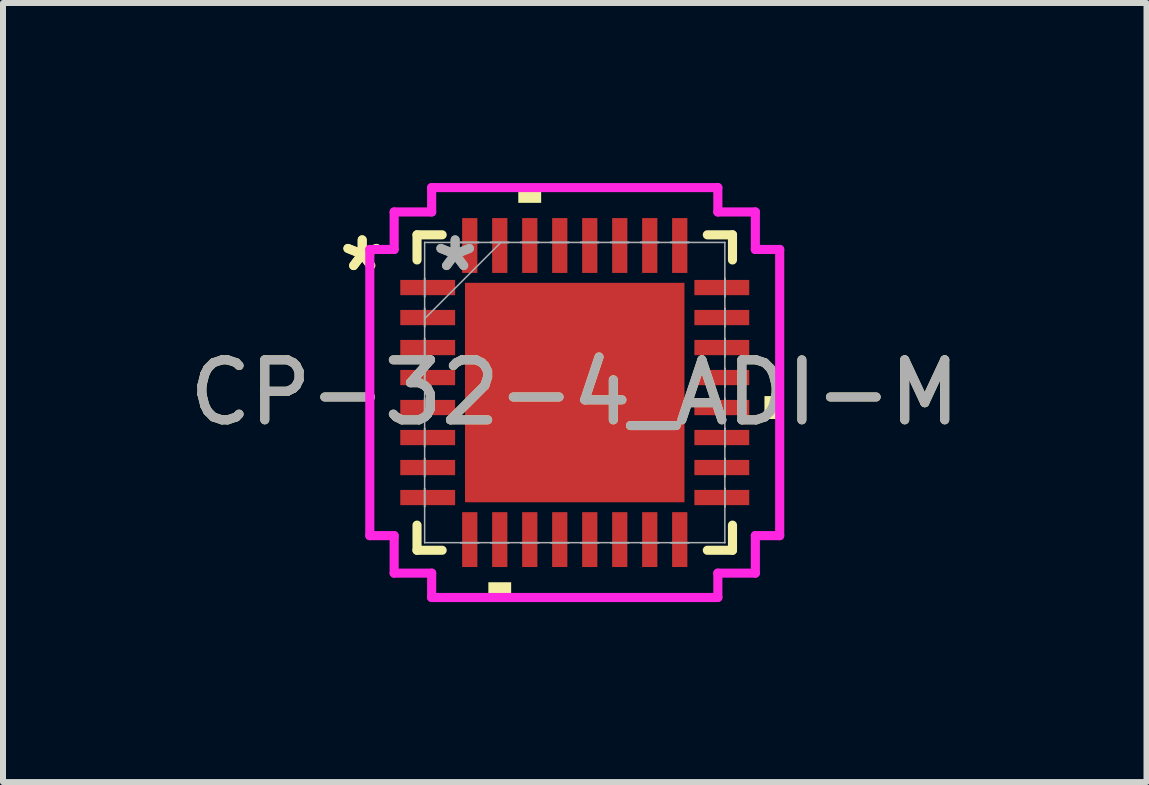
<source format=kicad_pcb>
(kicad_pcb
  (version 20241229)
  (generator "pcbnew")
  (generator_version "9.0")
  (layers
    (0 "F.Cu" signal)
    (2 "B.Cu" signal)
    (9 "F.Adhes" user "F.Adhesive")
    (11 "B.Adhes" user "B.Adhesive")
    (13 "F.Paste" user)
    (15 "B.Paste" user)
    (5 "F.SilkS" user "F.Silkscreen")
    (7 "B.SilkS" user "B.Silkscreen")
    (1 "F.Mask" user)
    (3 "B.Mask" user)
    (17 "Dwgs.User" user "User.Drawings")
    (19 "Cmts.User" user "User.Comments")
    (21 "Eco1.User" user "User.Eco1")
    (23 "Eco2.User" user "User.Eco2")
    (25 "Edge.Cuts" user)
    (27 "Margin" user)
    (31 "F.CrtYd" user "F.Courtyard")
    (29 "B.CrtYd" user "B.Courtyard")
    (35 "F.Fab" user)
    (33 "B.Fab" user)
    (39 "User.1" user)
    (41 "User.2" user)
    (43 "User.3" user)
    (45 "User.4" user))
  (footprint "CP-32-4_ADI-M"
    (layer "F.Cu")
    (at 6.53 3.493)
    (property "Reference" "CP-32-4_ADI-M" (at 0 0 0) (unlocked yes) (layer "F.SilkS") (effects (font (size 1 1) (thickness 0.15))))
    (attr smd)
    (fp_line (start -2.629 -2.629) (end -2.629 -2.21) (stroke (width 0.152) (type solid)) (layer "F.SilkS"))
    (fp_line (start -2.629 2.21) (end -2.629 2.629) (stroke (width 0.152) (type solid)) (layer "F.SilkS"))
    (fp_line (start -2.629 2.629) (end -2.21 2.629) (stroke (width 0.152) (type solid)) (layer "F.SilkS"))
    (fp_line (start -2.21 -2.629) (end -2.629 -2.629) (stroke (width 0.152) (type solid)) (layer "F.SilkS"))
    (fp_line (start 2.21 2.629) (end 2.629 2.629) (stroke (width 0.152) (type solid)) (layer "F.SilkS"))
    (fp_line (start 2.629 -2.629) (end 2.21 -2.629) (stroke (width 0.152) (type solid)) (layer "F.SilkS"))
    (fp_line (start 2.629 -2.21) (end 2.629 -2.629) (stroke (width 0.152) (type solid)) (layer "F.SilkS"))
    (fp_line (start 2.629 2.629) (end 2.629 2.21) (stroke (width 0.152) (type solid)) (layer "F.SilkS"))
    (fp_poly (pts (xy -1.44 3.162) (xy -1.44 3.416) (xy -1.06 3.416) (xy -1.06 3.162)) (stroke (width 0) (type solid)) (fill yes) (layer "F.SilkS"))
    (fp_poly (pts (xy -0.941 -3.162) (xy -0.941 -3.416) (xy -0.56 -3.416) (xy -0.56 -3.162)) (stroke (width 0) (type solid)) (fill yes) (layer "F.SilkS"))
    (fp_poly (pts (xy 3.416 0.059) (xy 3.416 0.441) (xy 3.162 0.441) (xy 3.162 0.059)) (stroke (width 0) (type solid)) (fill yes) (layer "F.SilkS"))
    (fp_poly (pts (xy -1.729 -1.729) (xy -1.729 -0.1) (xy -0.1 -0.1) (xy -0.1 -1.729)) (stroke (width 0) (type solid)) (fill yes) (layer "F.Paste"))
    (fp_poly (pts (xy -1.729 0.1) (xy -1.729 1.729) (xy -0.1 1.729) (xy -0.1 0.1)) (stroke (width 0) (type solid)) (fill yes) (layer "F.Paste"))
    (fp_poly (pts (xy 0.1 -1.729) (xy 0.1 -0.1) (xy 1.729 -0.1) (xy 1.729 -1.729)) (stroke (width 0) (type solid)) (fill yes) (layer "F.Paste"))
    (fp_poly (pts (xy 0.1 0.1) (xy 0.1 1.729) (xy 1.729 1.729) (xy 1.729 0.1)) (stroke (width 0) (type solid)) (fill yes) (layer "F.Paste"))
    (fp_line (start -3.416 -2.385) (end -3.01 -2.385) (stroke (width 0.152) (type solid)) (layer "F.CrtYd"))
    (fp_line (start -3.416 2.385) (end -3.416 -2.385) (stroke (width 0.152) (type solid)) (layer "F.CrtYd"))
    (fp_line (start -3.01 -3.01) (end -2.385 -3.01) (stroke (width 0.152) (type solid)) (layer "F.CrtYd"))
    (fp_line (start -3.01 -2.385) (end -3.01 -3.01) (stroke (width 0.152) (type solid)) (layer "F.CrtYd"))
    (fp_line (start -3.01 2.385) (end -3.416 2.385) (stroke (width 0.152) (type solid)) (layer "F.CrtYd"))
    (fp_line (start -3.01 3.01) (end -3.01 2.385) (stroke (width 0.152) (type solid)) (layer "F.CrtYd"))
    (fp_line (start -2.385 -3.416) (end 2.385 -3.416) (stroke (width 0.152) (type solid)) (layer "F.CrtYd"))
    (fp_line (start -2.385 -3.01) (end -2.385 -3.416) (stroke (width 0.152) (type solid)) (layer "F.CrtYd"))
    (fp_line (start -2.385 3.01) (end -3.01 3.01) (stroke (width 0.152) (type solid)) (layer "F.CrtYd"))
    (fp_line (start -2.385 3.416) (end -2.385 3.01) (stroke (width 0.152) (type solid)) (layer "F.CrtYd"))
    (fp_line (start 2.385 -3.416) (end 2.385 -3.01) (stroke (width 0.152) (type solid)) (layer "F.CrtYd"))
    (fp_line (start 2.385 -3.01) (end 3.01 -3.01) (stroke (width 0.152) (type solid)) (layer "F.CrtYd"))
    (fp_line (start 2.385 3.01) (end 2.385 3.416) (stroke (width 0.152) (type solid)) (layer "F.CrtYd"))
    (fp_line (start 2.385 3.416) (end -2.385 3.416) (stroke (width 0.152) (type solid)) (layer "F.CrtYd"))
    (fp_line (start 3.01 -3.01) (end 3.01 -2.385) (stroke (width 0.152) (type solid)) (layer "F.CrtYd"))
    (fp_line (start 3.01 -2.385) (end 3.416 -2.385) (stroke (width 0.152) (type solid)) (layer "F.CrtYd"))
    (fp_line (start 3.01 2.385) (end 3.01 3.01) (stroke (width 0.152) (type solid)) (layer "F.CrtYd"))
    (fp_line (start 3.01 3.01) (end 2.385 3.01) (stroke (width 0.152) (type solid)) (layer "F.CrtYd"))
    (fp_line (start 3.416 -2.385) (end 3.416 2.385) (stroke (width 0.152) (type solid)) (layer "F.CrtYd"))
    (fp_line (start 3.416 2.385) (end 3.01 2.385) (stroke (width 0.152) (type solid)) (layer "F.CrtYd"))
    (fp_line (start -2.502 -2.502) (end -2.502 -2.502) (stroke (width 0.025) (type solid)) (layer "F.Fab"))
    (fp_line (start -2.502 -2.502) (end -2.502 2.502) (stroke (width 0.025) (type solid)) (layer "F.Fab"))
    (fp_line (start -2.502 -1.902) (end -2.502 -1.902) (stroke (width 0.025) (type solid)) (layer "F.Fab"))
    (fp_line (start -2.502 -1.902) (end -2.502 -1.598) (stroke (width 0.025) (type solid)) (layer "F.Fab"))
    (fp_line (start -2.502 -1.598) (end -2.502 -1.902) (stroke (width 0.025) (type solid)) (layer "F.Fab"))
    (fp_line (start -2.502 -1.598) (end -2.502 -1.598) (stroke (width 0.025) (type solid)) (layer "F.Fab"))
    (fp_line (start -2.502 -1.402) (end -2.502 -1.402) (stroke (width 0.025) (type solid)) (layer "F.Fab"))
    (fp_line (start -2.502 -1.402) (end -2.502 -1.098) (stroke (width 0.025) (type solid)) (layer "F.Fab"))
    (fp_line (start -2.502 -1.232) (end -1.232 -2.502) (stroke (width 0.025) (type solid)) (layer "F.Fab"))
    (fp_line (start -2.502 -1.098) (end -2.502 -1.402) (stroke (width 0.025) (type solid)) (layer "F.Fab"))
    (fp_line (start -2.502 -1.098) (end -2.502 -1.098) (stroke (width 0.025) (type solid)) (layer "F.Fab"))
    (fp_line (start -2.502 -0.902) (end -2.502 -0.902) (stroke (width 0.025) (type solid)) (layer "F.Fab"))
    (fp_line (start -2.502 -0.902) (end -2.502 -0.598) (stroke (width 0.025) (type solid)) (layer "F.Fab"))
    (fp_line (start -2.502 -0.598) (end -2.502 -0.902) (stroke (width 0.025) (type solid)) (layer "F.Fab"))
    (fp_line (start -2.502 -0.598) (end -2.502 -0.598) (stroke (width 0.025) (type solid)) (layer "F.Fab"))
    (fp_line (start -2.502 -0.402) (end -2.502 -0.402) (stroke (width 0.025) (type solid)) (layer "F.Fab"))
    (fp_line (start -2.502 -0.402) (end -2.502 -0.098) (stroke (width 0.025) (type solid)) (layer "F.Fab"))
    (fp_line (start -2.502 -0.098) (end -2.502 -0.402) (stroke (width 0.025) (type solid)) (layer "F.Fab"))
    (fp_line (start -2.502 -0.098) (end -2.502 -0.098) (stroke (width 0.025) (type solid)) (layer "F.Fab"))
    (fp_line (start -2.502 0.098) (end -2.502 0.098) (stroke (width 0.025) (type solid)) (layer "F.Fab"))
    (fp_line (start -2.502 0.098) (end -2.502 0.402) (stroke (width 0.025) (type solid)) (layer "F.Fab"))
    (fp_line (start -2.502 0.402) (end -2.502 0.098) (stroke (width 0.025) (type solid)) (layer "F.Fab"))
    (fp_line (start -2.502 0.402) (end -2.502 0.402) (stroke (width 0.025) (type solid)) (layer "F.Fab"))
    (fp_line (start -2.502 0.598) (end -2.502 0.598) (stroke (width 0.025) (type solid)) (layer "F.Fab"))
    (fp_line (start -2.502 0.598) (end -2.502 0.902) (stroke (width 0.025) (type solid)) (layer "F.Fab"))
    (fp_line (start -2.502 0.902) (end -2.502 0.598) (stroke (width 0.025) (type solid)) (layer "F.Fab"))
    (fp_line (start -2.502 0.902) (end -2.502 0.902) (stroke (width 0.025) (type solid)) (layer "F.Fab"))
    (fp_line (start -2.502 1.098) (end -2.502 1.098) (stroke (width 0.025) (type solid)) (layer "F.Fab"))
    (fp_line (start -2.502 1.098) (end -2.502 1.402) (stroke (width 0.025) (type solid)) (layer "F.Fab"))
    (fp_line (start -2.502 1.402) (end -2.502 1.098) (stroke (width 0.025) (type solid)) (layer "F.Fab"))
    (fp_line (start -2.502 1.402) (end -2.502 1.402) (stroke (width 0.025) (type solid)) (layer "F.Fab"))
    (fp_line (start -2.502 1.598) (end -2.502 1.598) (stroke (width 0.025) (type solid)) (layer "F.Fab"))
    (fp_line (start -2.502 1.598) (end -2.502 1.902) (stroke (width 0.025) (type solid)) (layer "F.Fab"))
    (fp_line (start -2.502 1.902) (end -2.502 1.598) (stroke (width 0.025) (type solid)) (layer "F.Fab"))
    (fp_line (start -2.502 1.902) (end -2.502 1.902) (stroke (width 0.025) (type solid)) (layer "F.Fab"))
    (fp_line (start -2.502 2.502) (end -2.502 2.502) (stroke (width 0.025) (type solid)) (layer "F.Fab"))
    (fp_line (start -2.502 2.502) (end 2.502 2.502) (stroke (width 0.025) (type solid)) (layer "F.Fab"))
    (fp_line (start -1.902 -2.502) (end -1.902 -2.502) (stroke (width 0.025) (type solid)) (layer "F.Fab"))
    (fp_line (start -1.902 -2.502) (end -1.598 -2.502) (stroke (width 0.025) (type solid)) (layer "F.Fab"))
    (fp_line (start -1.902 2.502) (end -1.902 2.502) (stroke (width 0.025) (type solid)) (layer "F.Fab"))
    (fp_line (start -1.902 2.502) (end -1.598 2.502) (stroke (width 0.025) (type solid)) (layer "F.Fab"))
    (fp_line (start -1.598 -2.502) (end -1.902 -2.502) (stroke (width 0.025) (type solid)) (layer "F.Fab"))
    (fp_line (start -1.598 -2.502) (end -1.598 -2.502) (stroke (width 0.025) (type solid)) (layer "F.Fab"))
    (fp_line (start -1.598 2.502) (end -1.902 2.502) (stroke (width 0.025) (type solid)) (layer "F.Fab"))
    (fp_line (start -1.598 2.502) (end -1.598 2.502) (stroke (width 0.025) (type solid)) (layer "F.Fab"))
    (fp_line (start -1.402 -2.502) (end -1.402 -2.502) (stroke (width 0.025) (type solid)) (layer "F.Fab"))
    (fp_line (start -1.402 -2.502) (end -1.098 -2.502) (stroke (width 0.025) (type solid)) (layer "F.Fab"))
    (fp_line (start -1.402 2.502) (end -1.402 2.502) (stroke (width 0.025) (type solid)) (layer "F.Fab"))
    (fp_line (start -1.402 2.502) (end -1.098 2.502) (stroke (width 0.025) (type solid)) (layer "F.Fab"))
    (fp_line (start -1.098 -2.502) (end -1.402 -2.502) (stroke (width 0.025) (type solid)) (layer "F.Fab"))
    (fp_line (start -1.098 -2.502) (end -1.098 -2.502) (stroke (width 0.025) (type solid)) (layer "F.Fab"))
    (fp_line (start -1.098 2.502) (end -1.402 2.502) (stroke (width 0.025) (type solid)) (layer "F.Fab"))
    (fp_line (start -1.098 2.502) (end -1.098 2.502) (stroke (width 0.025) (type solid)) (layer "F.Fab"))
    (fp_line (start -0.902 -2.502) (end -0.902 -2.502) (stroke (width 0.025) (type solid)) (layer "F.Fab"))
    (fp_line (start -0.902 -2.502) (end -0.598 -2.502) (stroke (width 0.025) (type solid)) (layer "F.Fab"))
    (fp_line (start -0.902 2.502) (end -0.902 2.502) (stroke (width 0.025) (type solid)) (layer "F.Fab"))
    (fp_line (start -0.902 2.502) (end -0.598 2.502) (stroke (width 0.025) (type solid)) (layer "F.Fab"))
    (fp_line (start -0.598 -2.502) (end -0.902 -2.502) (stroke (width 0.025) (type solid)) (layer "F.Fab"))
    (fp_line (start -0.598 -2.502) (end -0.598 -2.502) (stroke (width 0.025) (type solid)) (layer "F.Fab"))
    (fp_line (start -0.598 2.502) (end -0.902 2.502) (stroke (width 0.025) (type solid)) (layer "F.Fab"))
    (fp_line (start -0.598 2.502) (end -0.598 2.502) (stroke (width 0.025) (type solid)) (layer "F.Fab"))
    (fp_line (start -0.402 -2.502) (end -0.402 -2.502) (stroke (width 0.025) (type solid)) (layer "F.Fab"))
    (fp_line (start -0.402 -2.502) (end -0.098 -2.502) (stroke (width 0.025) (type solid)) (layer "F.Fab"))
    (fp_line (start -0.402 2.502) (end -0.402 2.502) (stroke (width 0.025) (type solid)) (layer "F.Fab"))
    (fp_line (start -0.402 2.502) (end -0.098 2.502) (stroke (width 0.025) (type solid)) (layer "F.Fab"))
    (fp_line (start -0.098 -2.502) (end -0.402 -2.502) (stroke (width 0.025) (type solid)) (layer "F.Fab"))
    (fp_line (start -0.098 -2.502) (end -0.098 -2.502) (stroke (width 0.025) (type solid)) (layer "F.Fab"))
    (fp_line (start -0.098 2.502) (end -0.402 2.502) (stroke (width 0.025) (type solid)) (layer "F.Fab"))
    (fp_line (start -0.098 2.502) (end -0.098 2.502) (stroke (width 0.025) (type solid)) (layer "F.Fab"))
    (fp_line (start 0.098 -2.502) (end 0.098 -2.502) (stroke (width 0.025) (type solid)) (layer "F.Fab"))
    (fp_line (start 0.098 -2.502) (end 0.402 -2.502) (stroke (width 0.025) (type solid)) (layer "F.Fab"))
    (fp_line (start 0.098 2.502) (end 0.098 2.502) (stroke (width 0.025) (type solid)) (layer "F.Fab"))
    (fp_line (start 0.098 2.502) (end 0.402 2.502) (stroke (width 0.025) (type solid)) (layer "F.Fab"))
    (fp_line (start 0.402 -2.502) (end 0.098 -2.502) (stroke (width 0.025) (type solid)) (layer "F.Fab"))
    (fp_line (start 0.402 -2.502) (end 0.402 -2.502) (stroke (width 0.025) (type solid)) (layer "F.Fab"))
    (fp_line (start 0.402 2.502) (end 0.098 2.502) (stroke (width 0.025) (type solid)) (layer "F.Fab"))
    (fp_line (start 0.402 2.502) (end 0.402 2.502) (stroke (width 0.025) (type solid)) (layer "F.Fab"))
    (fp_line (start 0.598 -2.502) (end 0.598 -2.502) (stroke (width 0.025) (type solid)) (layer "F.Fab"))
    (fp_line (start 0.598 -2.502) (end 0.902 -2.502) (stroke (width 0.025) (type solid)) (layer "F.Fab"))
    (fp_line (start 0.598 2.502) (end 0.598 2.502) (stroke (width 0.025) (type solid)) (layer "F.Fab"))
    (fp_line (start 0.598 2.502) (end 0.902 2.502) (stroke (width 0.025) (type solid)) (layer "F.Fab"))
    (fp_line (start 0.902 -2.502) (end 0.598 -2.502) (stroke (width 0.025) (type solid)) (layer "F.Fab"))
    (fp_line (start 0.902 -2.502) (end 0.902 -2.502) (stroke (width 0.025) (type solid)) (layer "F.Fab"))
    (fp_line (start 0.902 2.502) (end 0.598 2.502) (stroke (width 0.025) (type solid)) (layer "F.Fab"))
    (fp_line (start 0.902 2.502) (end 0.902 2.502) (stroke (width 0.025) (type solid)) (layer "F.Fab"))
    (fp_line (start 1.098 -2.502) (end 1.098 -2.502) (stroke (width 0.025) (type solid)) (layer "F.Fab"))
    (fp_line (start 1.098 -2.502) (end 1.402 -2.502) (stroke (width 0.025) (type solid)) (layer "F.Fab"))
    (fp_line (start 1.098 2.502) (end 1.098 2.502) (stroke (width 0.025) (type solid)) (layer "F.Fab"))
    (fp_line (start 1.098 2.502) (end 1.402 2.502) (stroke (width 0.025) (type solid)) (layer "F.Fab"))
    (fp_line (start 1.402 -2.502) (end 1.098 -2.502) (stroke (width 0.025) (type solid)) (layer "F.Fab"))
    (fp_line (start 1.402 -2.502) (end 1.402 -2.502) (stroke (width 0.025) (type solid)) (layer "F.Fab"))
    (fp_line (start 1.402 2.502) (end 1.098 2.502) (stroke (width 0.025) (type solid)) (layer "F.Fab"))
    (fp_line (start 1.402 2.502) (end 1.402 2.502) (stroke (width 0.025) (type solid)) (layer "F.Fab"))
    (fp_line (start 1.598 -2.502) (end 1.598 -2.502) (stroke (width 0.025) (type solid)) (layer "F.Fab"))
    (fp_line (start 1.598 -2.502) (end 1.902 -2.502) (stroke (width 0.025) (type solid)) (layer "F.Fab"))
    (fp_line (start 1.598 2.502) (end 1.598 2.502) (stroke (width 0.025) (type solid)) (layer "F.Fab"))
    (fp_line (start 1.598 2.502) (end 1.902 2.502) (stroke (width 0.025) (type solid)) (layer "F.Fab"))
    (fp_line (start 1.902 -2.502) (end 1.598 -2.502) (stroke (width 0.025) (type solid)) (layer "F.Fab"))
    (fp_line (start 1.902 -2.502) (end 1.902 -2.502) (stroke (width 0.025) (type solid)) (layer "F.Fab"))
    (fp_line (start 1.902 2.502) (end 1.598 2.502) (stroke (width 0.025) (type solid)) (layer "F.Fab"))
    (fp_line (start 1.902 2.502) (end 1.902 2.502) (stroke (width 0.025) (type solid)) (layer "F.Fab"))
    (fp_line (start 2.502 -2.502) (end -2.502 -2.502) (stroke (width 0.025) (type solid)) (layer "F.Fab"))
    (fp_line (start 2.502 -2.502) (end 2.502 -2.502) (stroke (width 0.025) (type solid)) (layer "F.Fab"))
    (fp_line (start 2.502 -1.902) (end 2.502 -1.902) (stroke (width 0.025) (type solid)) (layer "F.Fab"))
    (fp_line (start 2.502 -1.902) (end 2.502 -1.598) (stroke (width 0.025) (type solid)) (layer "F.Fab"))
    (fp_line (start 2.502 -1.598) (end 2.502 -1.902) (stroke (width 0.025) (type solid)) (layer "F.Fab"))
    (fp_line (start 2.502 -1.598) (end 2.502 -1.598) (stroke (width 0.025) (type solid)) (layer "F.Fab"))
    (fp_line (start 2.502 -1.402) (end 2.502 -1.402) (stroke (width 0.025) (type solid)) (layer "F.Fab"))
    (fp_line (start 2.502 -1.402) (end 2.502 -1.098) (stroke (width 0.025) (type solid)) (layer "F.Fab"))
    (fp_line (start 2.502 -1.098) (end 2.502 -1.402) (stroke (width 0.025) (type solid)) (layer "F.Fab"))
    (fp_line (start 2.502 -1.098) (end 2.502 -1.098) (stroke (width 0.025) (type solid)) (layer "F.Fab"))
    (fp_line (start 2.502 -0.902) (end 2.502 -0.902) (stroke (width 0.025) (type solid)) (layer "F.Fab"))
    (fp_line (start 2.502 -0.902) (end 2.502 -0.598) (stroke (width 0.025) (type solid)) (layer "F.Fab"))
    (fp_line (start 2.502 -0.598) (end 2.502 -0.902) (stroke (width 0.025) (type solid)) (layer "F.Fab"))
    (fp_line (start 2.502 -0.598) (end 2.502 -0.598) (stroke (width 0.025) (type solid)) (layer "F.Fab"))
    (fp_line (start 2.502 -0.402) (end 2.502 -0.402) (stroke (width 0.025) (type solid)) (layer "F.Fab"))
    (fp_line (start 2.502 -0.402) (end 2.502 -0.098) (stroke (width 0.025) (type solid)) (layer "F.Fab"))
    (fp_line (start 2.502 -0.098) (end 2.502 -0.402) (stroke (width 0.025) (type solid)) (layer "F.Fab"))
    (fp_line (start 2.502 -0.098) (end 2.502 -0.098) (stroke (width 0.025) (type solid)) (layer "F.Fab"))
    (fp_line (start 2.502 0.098) (end 2.502 0.098) (stroke (width 0.025) (type solid)) (layer "F.Fab"))
    (fp_line (start 2.502 0.098) (end 2.502 0.402) (stroke (width 0.025) (type solid)) (layer "F.Fab"))
    (fp_line (start 2.502 0.402) (end 2.502 0.098) (stroke (width 0.025) (type solid)) (layer "F.Fab"))
    (fp_line (start 2.502 0.402) (end 2.502 0.402) (stroke (width 0.025) (type solid)) (layer "F.Fab"))
    (fp_line (start 2.502 0.598) (end 2.502 0.598) (stroke (width 0.025) (type solid)) (layer "F.Fab"))
    (fp_line (start 2.502 0.598) (end 2.502 0.902) (stroke (width 0.025) (type solid)) (layer "F.Fab"))
    (fp_line (start 2.502 0.902) (end 2.502 0.598) (stroke (width 0.025) (type solid)) (layer "F.Fab"))
    (fp_line (start 2.502 0.902) (end 2.502 0.902) (stroke (width 0.025) (type solid)) (layer "F.Fab"))
    (fp_line (start 2.502 1.098) (end 2.502 1.098) (stroke (width 0.025) (type solid)) (layer "F.Fab"))
    (fp_line (start 2.502 1.098) (end 2.502 1.402) (stroke (width 0.025) (type solid)) (layer "F.Fab"))
    (fp_line (start 2.502 1.402) (end 2.502 1.098) (stroke (width 0.025) (type solid)) (layer "F.Fab"))
    (fp_line (start 2.502 1.402) (end 2.502 1.402) (stroke (width 0.025) (type solid)) (layer "F.Fab"))
    (fp_line (start 2.502 1.598) (end 2.502 1.598) (stroke (width 0.025) (type solid)) (layer "F.Fab"))
    (fp_line (start 2.502 1.598) (end 2.502 1.902) (stroke (width 0.025) (type solid)) (layer "F.Fab"))
    (fp_line (start 2.502 1.902) (end 2.502 1.598) (stroke (width 0.025) (type solid)) (layer "F.Fab"))
    (fp_line (start 2.502 1.902) (end 2.502 1.902) (stroke (width 0.025) (type solid)) (layer "F.Fab"))
    (fp_line (start 2.502 2.502) (end 2.502 -2.502) (stroke (width 0.025) (type solid)) (layer "F.Fab"))
    (fp_line (start 2.502 2.502) (end 2.502 2.502) (stroke (width 0.025) (type solid)) (layer "F.Fab"))
    (fp_text user "*" (at -3.543 -2 0) (unlocked yes) (layer "F.SilkS") (effects (font (size 1 1) (thickness 0.15))))
    (fp_text user "*" (at -3.543 -2 0) (layer "F.SilkS") (effects (font (size 1 1) (thickness 0.15))))
    (fp_text user "*" (at -1.994 -2 0) (unlocked yes) (layer "F.Fab") (effects (font (size 1 1) (thickness 0.15))))
    (fp_text user "*" (at -1.994 -2 0) (layer "F.Fab") (effects (font (size 1 1) (thickness 0.15))))
    (fp_text user "${REFERENCE}" (at 0 0 0) (unlocked yes) (layer "F.Fab") (effects (font (size 1 1) (thickness 0.15))))
    (pad "1" smd rect (at -2.451 -1.75 90) (size 0.254 0.914) (layers "F.Cu" "F.Mask" "F.Paste"))
    (pad "2" smd rect (at -2.451 -1.25 90) (size 0.254 0.914) (layers "F.Cu" "F.Mask" "F.Paste"))
    (pad "3" smd rect (at -2.451 -0.75 90) (size 0.254 0.914) (layers "F.Cu" "F.Mask" "F.Paste"))
    (pad "4" smd rect (at -2.451 -0.25 90) (size 0.254 0.914) (layers "F.Cu" "F.Mask" "F.Paste"))
    (pad "5" smd rect (at -2.451 0.25 90) (size 0.254 0.914) (layers "F.Cu" "F.Mask" "F.Paste"))
    (pad "6" smd rect (at -2.451 0.75 90) (size 0.254 0.914) (layers "F.Cu" "F.Mask" "F.Paste"))
    (pad "7" smd rect (at -2.451 1.25 90) (size 0.254 0.914) (layers "F.Cu" "F.Mask" "F.Paste"))
    (pad "8" smd rect (at -2.451 1.75 90) (size 0.254 0.914) (layers "F.Cu" "F.Mask" "F.Paste"))
    (pad "9" smd rect (at -1.75 2.451) (size 0.254 0.914) (layers "F.Cu" "F.Mask" "F.Paste"))
    (pad "10" smd rect (at -1.25 2.451) (size 0.254 0.914) (layers "F.Cu" "F.Mask" "F.Paste"))
    (pad "11" smd rect (at -0.75 2.451) (size 0.254 0.914) (layers "F.Cu" "F.Mask" "F.Paste"))
    (pad "12" smd rect (at -0.25 2.451) (size 0.254 0.914) (layers "F.Cu" "F.Mask" "F.Paste"))
    (pad "13" smd rect (at 0.25 2.451) (size 0.254 0.914) (layers "F.Cu" "F.Mask" "F.Paste"))
    (pad "14" smd rect (at 0.75 2.451) (size 0.254 0.914) (layers "F.Cu" "F.Mask" "F.Paste"))
    (pad "15" smd rect (at 1.25 2.451) (size 0.254 0.914) (layers "F.Cu" "F.Mask" "F.Paste"))
    (pad "16" smd rect (at 1.75 2.451) (size 0.254 0.914) (layers "F.Cu" "F.Mask" "F.Paste"))
    (pad "17" smd rect (at 2.451 1.75 90) (size 0.254 0.914) (layers "F.Cu" "F.Mask" "F.Paste"))
    (pad "18" smd rect (at 2.451 1.25 90) (size 0.254 0.914) (layers "F.Cu" "F.Mask" "F.Paste"))
    (pad "19" smd rect (at 2.451 0.75 90) (size 0.254 0.914) (layers "F.Cu" "F.Mask" "F.Paste"))
    (pad "20" smd rect (at 2.451 0.25 90) (size 0.254 0.914) (layers "F.Cu" "F.Mask" "F.Paste"))
    (pad "21" smd rect (at 2.451 -0.25 90) (size 0.254 0.914) (layers "F.Cu" "F.Mask" "F.Paste"))
    (pad "22" smd rect (at 2.451 -0.75 90) (size 0.254 0.914) (layers "F.Cu" "F.Mask" "F.Paste"))
    (pad "23" smd rect (at 2.451 -1.25 90) (size 0.254 0.914) (layers "F.Cu" "F.Mask" "F.Paste"))
    (pad "24" smd rect (at 2.451 -1.75 90) (size 0.254 0.914) (layers "F.Cu" "F.Mask" "F.Paste"))
    (pad "25" smd rect (at 1.75 -2.451) (size 0.254 0.914) (layers "F.Cu" "F.Mask" "F.Paste"))
    (pad "26" smd rect (at 1.25 -2.451) (size 0.254 0.914) (layers "F.Cu" "F.Mask" "F.Paste"))
    (pad "27" smd rect (at 0.75 -2.451) (size 0.254 0.914) (layers "F.Cu" "F.Mask" "F.Paste"))
    (pad "28" smd rect (at 0.25 -2.451) (size 0.254 0.914) (layers "F.Cu" "F.Mask" "F.Paste"))
    (pad "29" smd rect (at -0.25 -2.451) (size 0.254 0.914) (layers "F.Cu" "F.Mask" "F.Paste"))
    (pad "30" smd rect (at -0.75 -2.451) (size 0.254 0.914) (layers "F.Cu" "F.Mask" "F.Paste"))
    (pad "31" smd rect (at -1.25 -2.451) (size 0.254 0.914) (layers "F.Cu" "F.Mask" "F.Paste"))
    (pad "32" smd rect (at -1.75 -2.451) (size 0.254 0.914) (layers "F.Cu" "F.Mask" "F.Paste"))
    (pad "33" smd rect (at 0 0) (size 3.658 3.658) (layers "F.Cu" "F.Mask")))
  (gr_rect
    (start -3 -3)
    (end 16.06 9.985)
    (stroke (width 0.1) (type default))
    (fill no)
    (layer "Edge.Cuts")))
</source>
